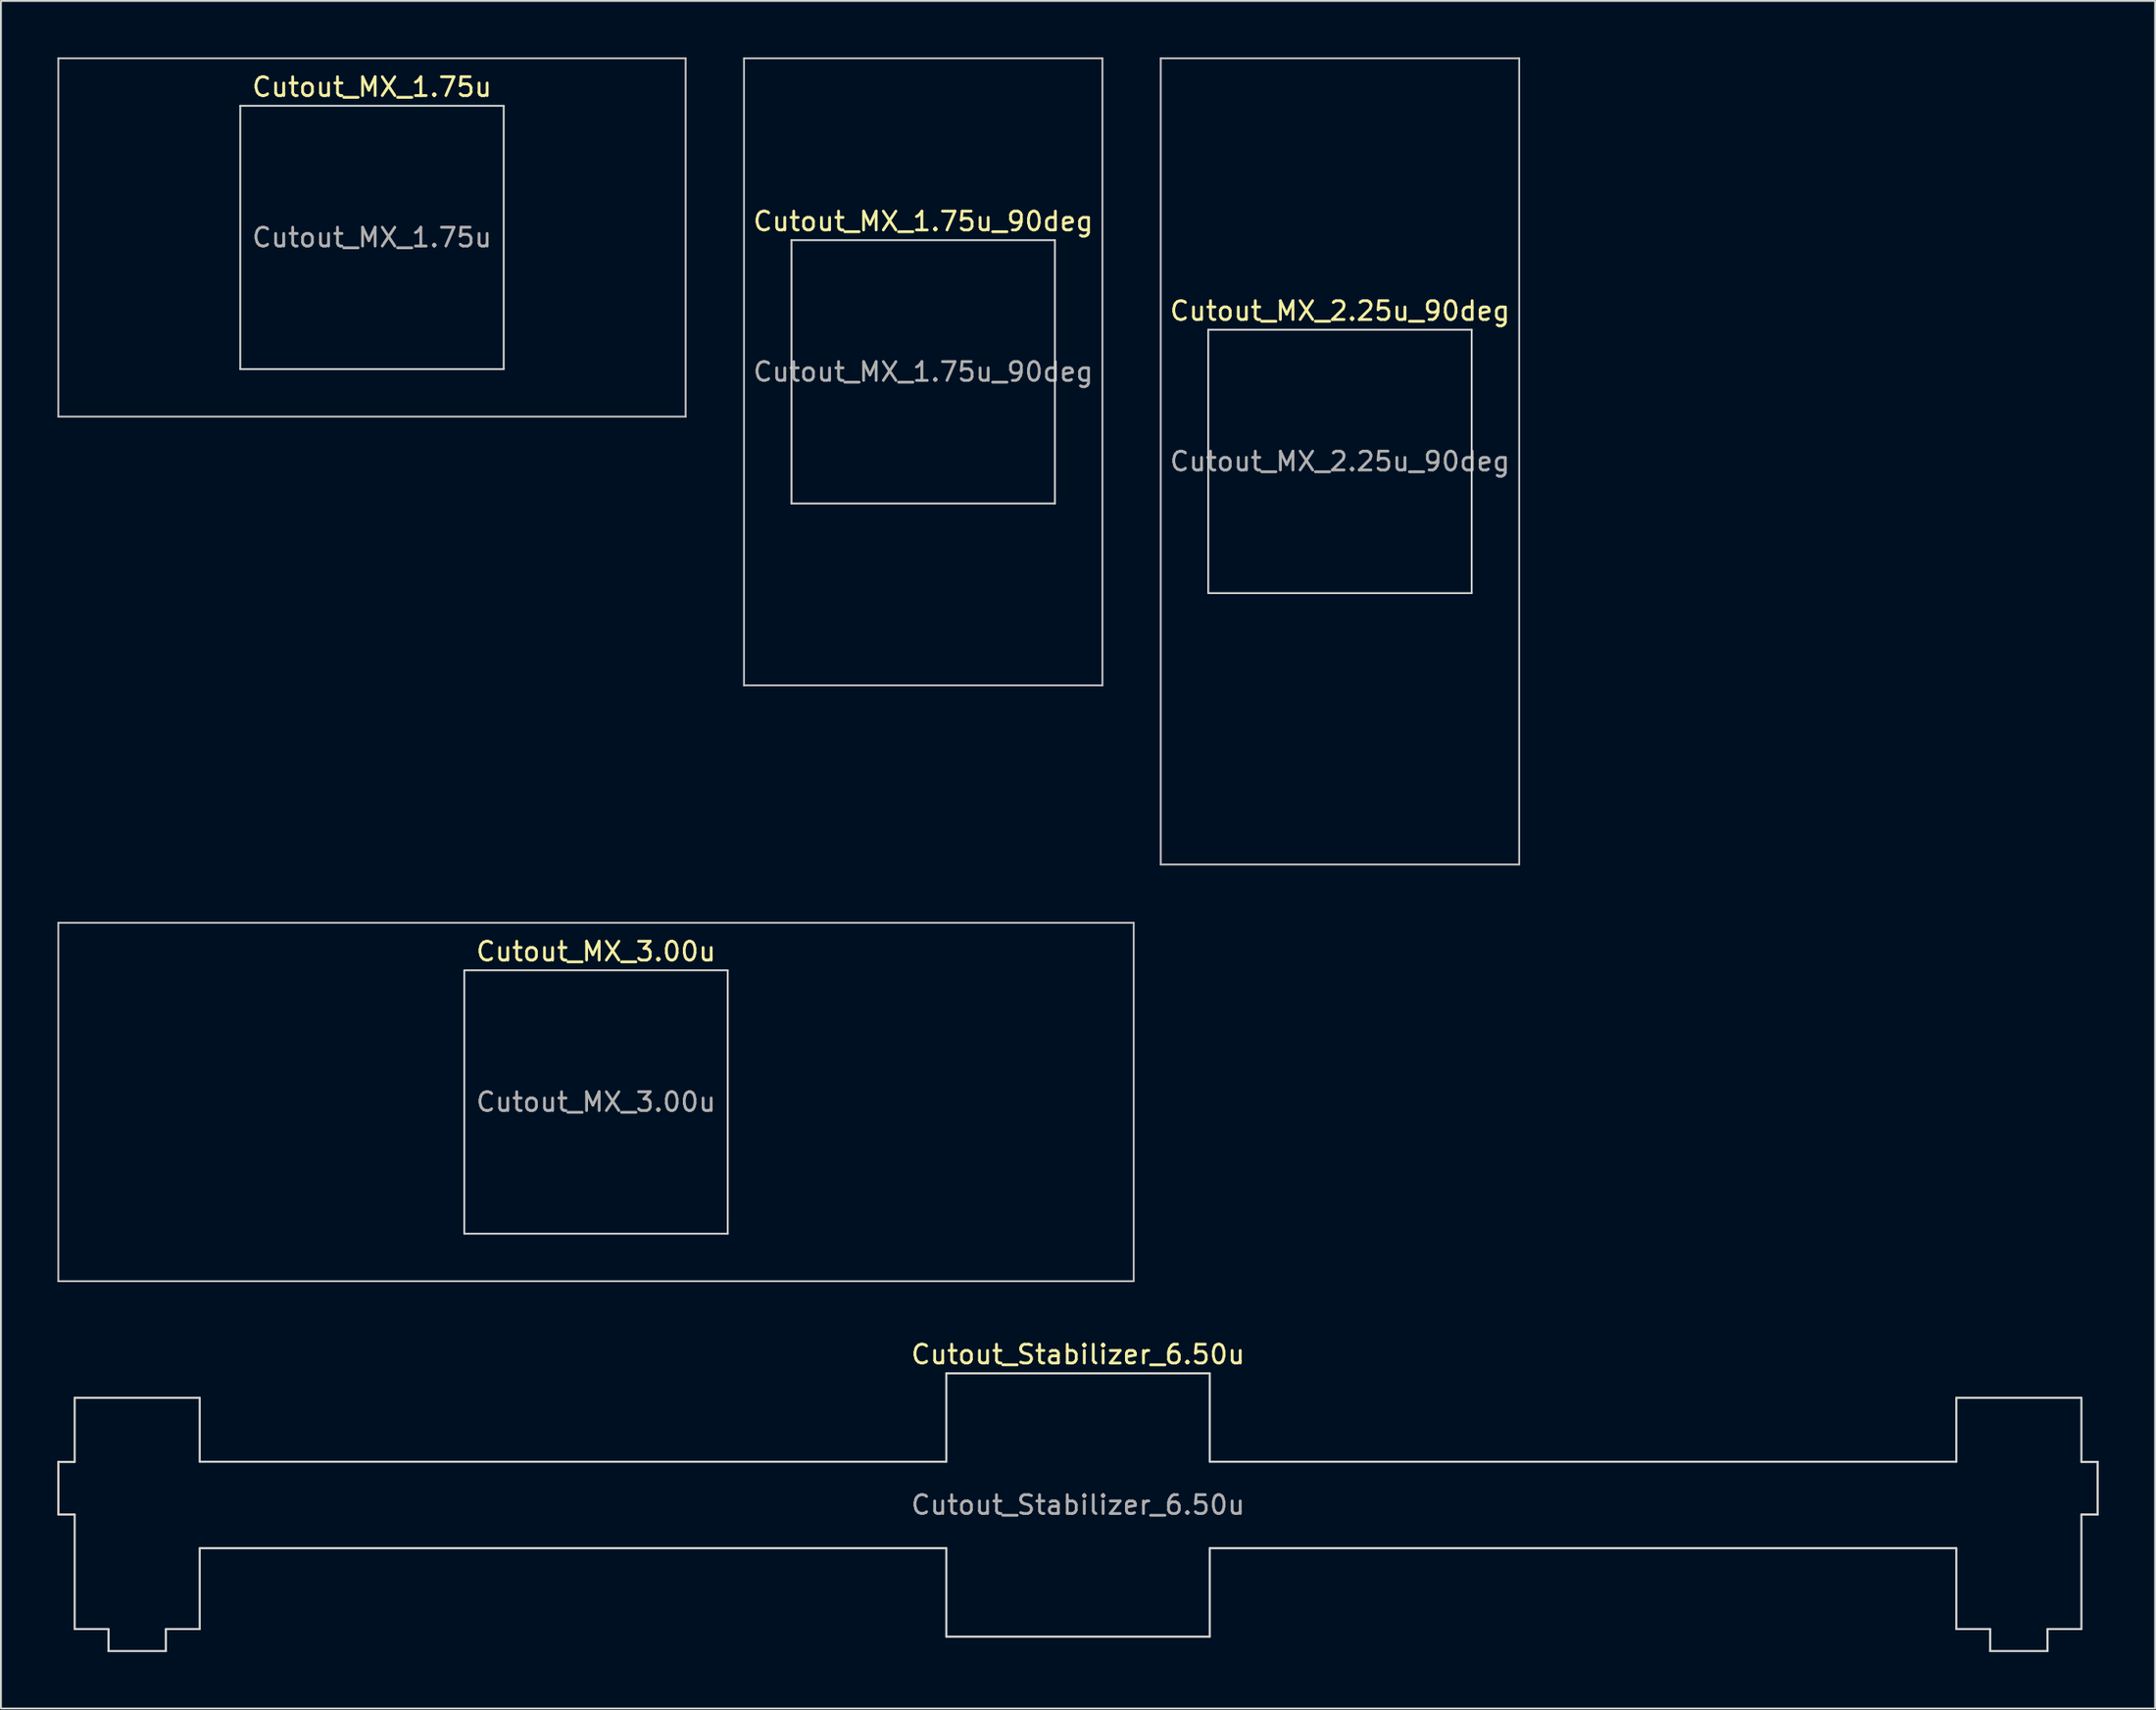
<source format=kicad_pcb>
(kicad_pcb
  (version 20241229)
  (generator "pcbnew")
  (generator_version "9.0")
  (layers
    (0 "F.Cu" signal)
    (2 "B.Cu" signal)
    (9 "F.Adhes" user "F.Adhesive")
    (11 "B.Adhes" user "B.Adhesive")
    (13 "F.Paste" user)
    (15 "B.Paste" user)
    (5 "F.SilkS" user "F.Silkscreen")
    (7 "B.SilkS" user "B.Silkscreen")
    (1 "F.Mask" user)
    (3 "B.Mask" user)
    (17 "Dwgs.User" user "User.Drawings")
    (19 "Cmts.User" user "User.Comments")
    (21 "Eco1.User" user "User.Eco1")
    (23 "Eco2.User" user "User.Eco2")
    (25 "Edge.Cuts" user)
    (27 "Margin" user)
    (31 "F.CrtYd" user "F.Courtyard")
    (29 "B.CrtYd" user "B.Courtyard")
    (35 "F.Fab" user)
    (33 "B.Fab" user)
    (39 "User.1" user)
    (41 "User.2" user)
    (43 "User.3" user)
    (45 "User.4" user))
  (footprint "Cutout_MX_1.75u_90deg"
    (layer "F.Cu")
    (at 46.013 16.719)
    (property "Reference" "Cutout_MX_1.75u_90deg" (at 0 -8 0) (layer "F.SilkS") (effects (font (size 1 1) (thickness 0.15))))
    (attr through_hole)
    (fp_line (start -9.525 -16.669) (end 9.525 -16.669) (stroke (width 0.1) (type solid)) (layer "Dwgs.User"))
    (fp_line (start -9.525 16.669) (end -9.525 -16.669) (stroke (width 0.1) (type solid)) (layer "Dwgs.User"))
    (fp_line (start 9.525 -16.669) (end 9.525 16.669) (stroke (width 0.1) (type solid)) (layer "Dwgs.User"))
    (fp_line (start 9.525 16.669) (end -9.525 16.669) (stroke (width 0.1) (type solid)) (layer "Dwgs.User"))
    (fp_line (start -7 -7) (end -7 7) (stroke (width 0.1) (type solid)) (layer "Edge.Cuts"))
    (fp_line (start -7 7) (end 7 7) (stroke (width 0.1) (type solid)) (layer "Edge.Cuts"))
    (fp_line (start 7 -7) (end -7 -7) (stroke (width 0.1) (type solid)) (layer "Edge.Cuts"))
    (fp_line (start 7 7) (end 7 -7) (stroke (width 0.1) (type solid)) (layer "Edge.Cuts"))
    (fp_text user "${REFERENCE}" (at 0 0 0) (layer "F.Fab") (effects (font (size 1 1) (thickness 0.15)))))
  (footprint "Cutout_MX_1.75u"
    (layer "F.Cu")
    (at 16.719 9.575)
    (property "Reference" "Cutout_MX_1.75u" (at 0 -8 0) (layer "F.SilkS") (effects (font (size 1 1) (thickness 0.15))))
    (attr through_hole)
    (fp_line (start -16.669 -9.525) (end -16.669 9.525) (stroke (width 0.1) (type solid)) (layer "Dwgs.User"))
    (fp_line (start -16.669 9.525) (end 16.669 9.525) (stroke (width 0.1) (type solid)) (layer "Dwgs.User"))
    (fp_line (start 16.669 -9.525) (end -16.669 -9.525) (stroke (width 0.1) (type solid)) (layer "Dwgs.User"))
    (fp_line (start 16.669 9.525) (end 16.669 -9.525) (stroke (width 0.1) (type solid)) (layer "Dwgs.User"))
    (fp_line (start -7 -7) (end -7 7) (stroke (width 0.1) (type solid)) (layer "Edge.Cuts"))
    (fp_line (start -7 7) (end 7 7) (stroke (width 0.1) (type solid)) (layer "Edge.Cuts"))
    (fp_line (start 7 -7) (end -7 -7) (stroke (width 0.1) (type solid)) (layer "Edge.Cuts"))
    (fp_line (start 7 7) (end 7 -7) (stroke (width 0.1) (type solid)) (layer "Edge.Cuts"))
    (fp_text user "${REFERENCE}" (at 0 0 0) (layer "F.Fab") (effects (font (size 1 1) (thickness 0.15)))))
  (footprint "Cutout_Stabilizer_6.50u"
    (layer "F.Cu")
    (at 54.241 76.961)
    (property "Reference" "Cutout_Stabilizer_6.50u" (at 0 -8 0) (layer "F.SilkS") (effects (font (size 1 1) (thickness 0.15))))
    (attr through_hole)
    (fp_line (start -54.191 -2.286) (end -53.327 -2.286) (stroke (width 0.1) (type solid)) (layer "Edge.Cuts"))
    (fp_line (start -54.191 -2.286) (end -53.327 -2.286) (stroke (width 0.1) (type solid)) (layer "Edge.Cuts"))
    (fp_line (start -54.191 0.508) (end -54.191 -2.286) (stroke (width 0.1) (type solid)) (layer "Edge.Cuts"))
    (fp_line (start -54.191 0.508) (end -54.191 -2.286) (stroke (width 0.1) (type solid)) (layer "Edge.Cuts"))
    (fp_line (start -53.327 -5.69) (end -46.673 -5.69) (stroke (width 0.1) (type solid)) (layer "Edge.Cuts"))
    (fp_line (start -53.327 -5.69) (end -46.673 -5.69) (stroke (width 0.1) (type solid)) (layer "Edge.Cuts"))
    (fp_line (start -53.327 -2.286) (end -53.327 -5.69) (stroke (width 0.1) (type solid)) (layer "Edge.Cuts"))
    (fp_line (start -53.327 -2.286) (end -53.327 -5.69) (stroke (width 0.1) (type solid)) (layer "Edge.Cuts"))
    (fp_line (start -53.327 0.508) (end -54.191 0.508) (stroke (width 0.1) (type solid)) (layer "Edge.Cuts"))
    (fp_line (start -53.327 0.508) (end -54.191 0.508) (stroke (width 0.1) (type solid)) (layer "Edge.Cuts"))
    (fp_line (start -53.327 6.604) (end -53.327 0.508) (stroke (width 0.1) (type solid)) (layer "Edge.Cuts"))
    (fp_line (start -53.327 6.604) (end -53.327 0.508) (stroke (width 0.1) (type solid)) (layer "Edge.Cuts"))
    (fp_line (start -51.524 6.604) (end -53.327 6.604) (stroke (width 0.1) (type solid)) (layer "Edge.Cuts"))
    (fp_line (start -51.524 6.604) (end -53.327 6.604) (stroke (width 0.1) (type solid)) (layer "Edge.Cuts"))
    (fp_line (start -51.524 7.772) (end -51.524 6.604) (stroke (width 0.1) (type solid)) (layer "Edge.Cuts"))
    (fp_line (start -51.524 7.772) (end -51.524 6.604) (stroke (width 0.1) (type solid)) (layer "Edge.Cuts"))
    (fp_line (start -48.476 6.604) (end -48.476 7.772) (stroke (width 0.1) (type solid)) (layer "Edge.Cuts"))
    (fp_line (start -48.476 6.604) (end -48.476 7.772) (stroke (width 0.1) (type solid)) (layer "Edge.Cuts"))
    (fp_line (start -48.476 7.772) (end -51.524 7.772) (stroke (width 0.1) (type solid)) (layer "Edge.Cuts"))
    (fp_line (start -48.476 7.772) (end -51.524 7.772) (stroke (width 0.1) (type solid)) (layer "Edge.Cuts"))
    (fp_line (start -46.673 -5.69) (end -46.673 -2.3) (stroke (width 0.1) (type solid)) (layer "Edge.Cuts"))
    (fp_line (start -46.673 -5.69) (end -46.673 -2.3) (stroke (width 0.1) (type solid)) (layer "Edge.Cuts"))
    (fp_line (start -46.673 -2.3) (end -7 -2.3) (stroke (width 0.1) (type solid)) (layer "Edge.Cuts"))
    (fp_line (start -46.673 -2.3) (end -7 -2.3) (stroke (width 0.1) (type solid)) (layer "Edge.Cuts"))
    (fp_line (start -46.673 2.3) (end -46.673 6.604) (stroke (width 0.1) (type solid)) (layer "Edge.Cuts"))
    (fp_line (start -46.673 2.3) (end -46.673 6.604) (stroke (width 0.1) (type solid)) (layer "Edge.Cuts"))
    (fp_line (start -46.673 6.604) (end -48.476 6.604) (stroke (width 0.1) (type solid)) (layer "Edge.Cuts"))
    (fp_line (start -46.673 6.604) (end -48.476 6.604) (stroke (width 0.1) (type solid)) (layer "Edge.Cuts"))
    (fp_line (start -7 -7) (end -7 -2.3) (stroke (width 0.1) (type solid)) (layer "Edge.Cuts"))
    (fp_line (start -7 -7) (end -7 -2.3) (stroke (width 0.1) (type solid)) (layer "Edge.Cuts"))
    (fp_line (start -7 -7) (end 7 -7) (stroke (width 0.1) (type solid)) (layer "Edge.Cuts"))
    (fp_line (start -7 -7) (end 7 -7) (stroke (width 0.1) (type solid)) (layer "Edge.Cuts"))
    (fp_line (start -7 2.3) (end -46.673 2.3) (stroke (width 0.1) (type solid)) (layer "Edge.Cuts"))
    (fp_line (start -7 2.3) (end -46.673 2.3) (stroke (width 0.1) (type solid)) (layer "Edge.Cuts"))
    (fp_line (start -7 2.3) (end -7 7) (stroke (width 0.1) (type solid)) (layer "Edge.Cuts"))
    (fp_line (start -7 2.3) (end -7 7) (stroke (width 0.1) (type solid)) (layer "Edge.Cuts"))
    (fp_line (start -7 7) (end 7 7) (stroke (width 0.1) (type solid)) (layer "Edge.Cuts"))
    (fp_line (start -7 7) (end 7 7) (stroke (width 0.1) (type solid)) (layer "Edge.Cuts"))
    (fp_line (start 7 -7) (end 7 -2.3) (stroke (width 0.1) (type solid)) (layer "Edge.Cuts"))
    (fp_line (start 7 -7) (end 7 -2.3) (stroke (width 0.1) (type solid)) (layer "Edge.Cuts"))
    (fp_line (start 7 2.3) (end 7 7) (stroke (width 0.1) (type solid)) (layer "Edge.Cuts"))
    (fp_line (start 7 2.3) (end 7 7) (stroke (width 0.1) (type solid)) (layer "Edge.Cuts"))
    (fp_line (start 7 2.3) (end 46.673 2.3) (stroke (width 0.1) (type solid)) (layer "Edge.Cuts"))
    (fp_line (start 7 2.3) (end 46.673 2.3) (stroke (width 0.1) (type solid)) (layer "Edge.Cuts"))
    (fp_line (start 46.673 -5.69) (end 46.673 -2.3) (stroke (width 0.1) (type solid)) (layer "Edge.Cuts"))
    (fp_line (start 46.673 -5.69) (end 46.673 -2.3) (stroke (width 0.1) (type solid)) (layer "Edge.Cuts"))
    (fp_line (start 46.673 -2.3) (end 7 -2.3) (stroke (width 0.1) (type solid)) (layer "Edge.Cuts"))
    (fp_line (start 46.673 -2.3) (end 7 -2.3) (stroke (width 0.1) (type solid)) (layer "Edge.Cuts"))
    (fp_line (start 46.673 2.3) (end 46.673 6.604) (stroke (width 0.1) (type solid)) (layer "Edge.Cuts"))
    (fp_line (start 46.673 2.3) (end 46.673 6.604) (stroke (width 0.1) (type solid)) (layer "Edge.Cuts"))
    (fp_line (start 46.673 6.604) (end 48.476 6.604) (stroke (width 0.1) (type solid)) (layer "Edge.Cuts"))
    (fp_line (start 46.673 6.604) (end 48.476 6.604) (stroke (width 0.1) (type solid)) (layer "Edge.Cuts"))
    (fp_line (start 48.476 6.604) (end 48.476 7.772) (stroke (width 0.1) (type solid)) (layer "Edge.Cuts"))
    (fp_line (start 48.476 6.604) (end 48.476 7.772) (stroke (width 0.1) (type solid)) (layer "Edge.Cuts"))
    (fp_line (start 48.476 7.772) (end 51.524 7.772) (stroke (width 0.1) (type solid)) (layer "Edge.Cuts"))
    (fp_line (start 48.476 7.772) (end 51.524 7.772) (stroke (width 0.1) (type solid)) (layer "Edge.Cuts"))
    (fp_line (start 51.524 6.604) (end 53.327 6.604) (stroke (width 0.1) (type solid)) (layer "Edge.Cuts"))
    (fp_line (start 51.524 6.604) (end 53.327 6.604) (stroke (width 0.1) (type solid)) (layer "Edge.Cuts"))
    (fp_line (start 51.524 7.772) (end 51.524 6.604) (stroke (width 0.1) (type solid)) (layer "Edge.Cuts"))
    (fp_line (start 51.524 7.772) (end 51.524 6.604) (stroke (width 0.1) (type solid)) (layer "Edge.Cuts"))
    (fp_line (start 53.327 -5.69) (end 46.673 -5.69) (stroke (width 0.1) (type solid)) (layer "Edge.Cuts"))
    (fp_line (start 53.327 -5.69) (end 46.673 -5.69) (stroke (width 0.1) (type solid)) (layer "Edge.Cuts"))
    (fp_line (start 53.327 -2.286) (end 53.327 -5.69) (stroke (width 0.1) (type solid)) (layer "Edge.Cuts"))
    (fp_line (start 53.327 -2.286) (end 53.327 -5.69) (stroke (width 0.1) (type solid)) (layer "Edge.Cuts"))
    (fp_line (start 53.327 0.508) (end 54.191 0.508) (stroke (width 0.1) (type solid)) (layer "Edge.Cuts"))
    (fp_line (start 53.327 0.508) (end 54.191 0.508) (stroke (width 0.1) (type solid)) (layer "Edge.Cuts"))
    (fp_line (start 53.327 6.604) (end 53.327 0.508) (stroke (width 0.1) (type solid)) (layer "Edge.Cuts"))
    (fp_line (start 53.327 6.604) (end 53.327 0.508) (stroke (width 0.1) (type solid)) (layer "Edge.Cuts"))
    (fp_line (start 54.191 -2.286) (end 53.327 -2.286) (stroke (width 0.1) (type solid)) (layer "Edge.Cuts"))
    (fp_line (start 54.191 -2.286) (end 53.327 -2.286) (stroke (width 0.1) (type solid)) (layer "Edge.Cuts"))
    (fp_line (start 54.191 0.508) (end 54.191 -2.286) (stroke (width 0.1) (type solid)) (layer "Edge.Cuts"))
    (fp_line (start 54.191 0.508) (end 54.191 -2.286) (stroke (width 0.1) (type solid)) (layer "Edge.Cuts"))
    (fp_text user "${REFERENCE}" (at 0 0 0) (layer "F.Fab") (effects (font (size 1 1) (thickness 0.15)))))
  (footprint "Cutout_MX_3.00u"
    (layer "F.Cu")
    (at 28.625 55.538)
    (property "Reference" "Cutout_MX_3.00u" (at 0 -8 0) (layer "F.SilkS") (effects (font (size 1 1) (thickness 0.15))))
    (attr through_hole)
    (fp_line (start -28.575 -9.525) (end -28.575 9.525) (stroke (width 0.1) (type solid)) (layer "Dwgs.User"))
    (fp_line (start -28.575 9.525) (end 28.575 9.525) (stroke (width 0.1) (type solid)) (layer "Dwgs.User"))
    (fp_line (start 28.575 -9.525) (end -28.575 -9.525) (stroke (width 0.1) (type solid)) (layer "Dwgs.User"))
    (fp_line (start 28.575 9.525) (end 28.575 -9.525) (stroke (width 0.1) (type solid)) (layer "Dwgs.User"))
    (fp_line (start -7 -7) (end -7 7) (stroke (width 0.1) (type solid)) (layer "Edge.Cuts"))
    (fp_line (start -7 7) (end 7 7) (stroke (width 0.1) (type solid)) (layer "Edge.Cuts"))
    (fp_line (start 7 -7) (end -7 -7) (stroke (width 0.1) (type solid)) (layer "Edge.Cuts"))
    (fp_line (start 7 7) (end 7 -7) (stroke (width 0.1) (type solid)) (layer "Edge.Cuts"))
    (fp_text user "${REFERENCE}" (at 0 0 0) (layer "F.Fab") (effects (font (size 1 1) (thickness 0.15)))))
  (footprint "Cutout_MX_2.25u_90deg"
    (layer "F.Cu")
    (at 68.162 21.481)
    (property "Reference" "Cutout_MX_2.25u_90deg" (at 0 -8 0) (layer "F.SilkS") (effects (font (size 1 1) (thickness 0.15))))
    (attr through_hole)
    (fp_line (start -9.525 -21.431) (end 9.525 -21.431) (stroke (width 0.1) (type solid)) (layer "Dwgs.User"))
    (fp_line (start -9.525 21.431) (end -9.525 -21.431) (stroke (width 0.1) (type solid)) (layer "Dwgs.User"))
    (fp_line (start 9.525 -21.431) (end 9.525 21.431) (stroke (width 0.1) (type solid)) (layer "Dwgs.User"))
    (fp_line (start 9.525 21.431) (end -9.525 21.431) (stroke (width 0.1) (type solid)) (layer "Dwgs.User"))
    (fp_line (start -7 -7) (end -7 7) (stroke (width 0.1) (type solid)) (layer "Edge.Cuts"))
    (fp_line (start -7 7) (end 7 7) (stroke (width 0.1) (type solid)) (layer "Edge.Cuts"))
    (fp_line (start 7 -7) (end -7 -7) (stroke (width 0.1) (type solid)) (layer "Edge.Cuts"))
    (fp_line (start 7 7) (end 7 -7) (stroke (width 0.1) (type solid)) (layer "Edge.Cuts"))
    (fp_text user "${REFERENCE}" (at 0 0 0) (layer "F.Fab") (effects (font (size 1 1) (thickness 0.15)))))
  (gr_rect
    (start -3 -3)
    (end 111.482 87.783)
    (stroke (width 0.1) (type default))
    (fill no)
    (layer "Edge.Cuts")))
</source>
